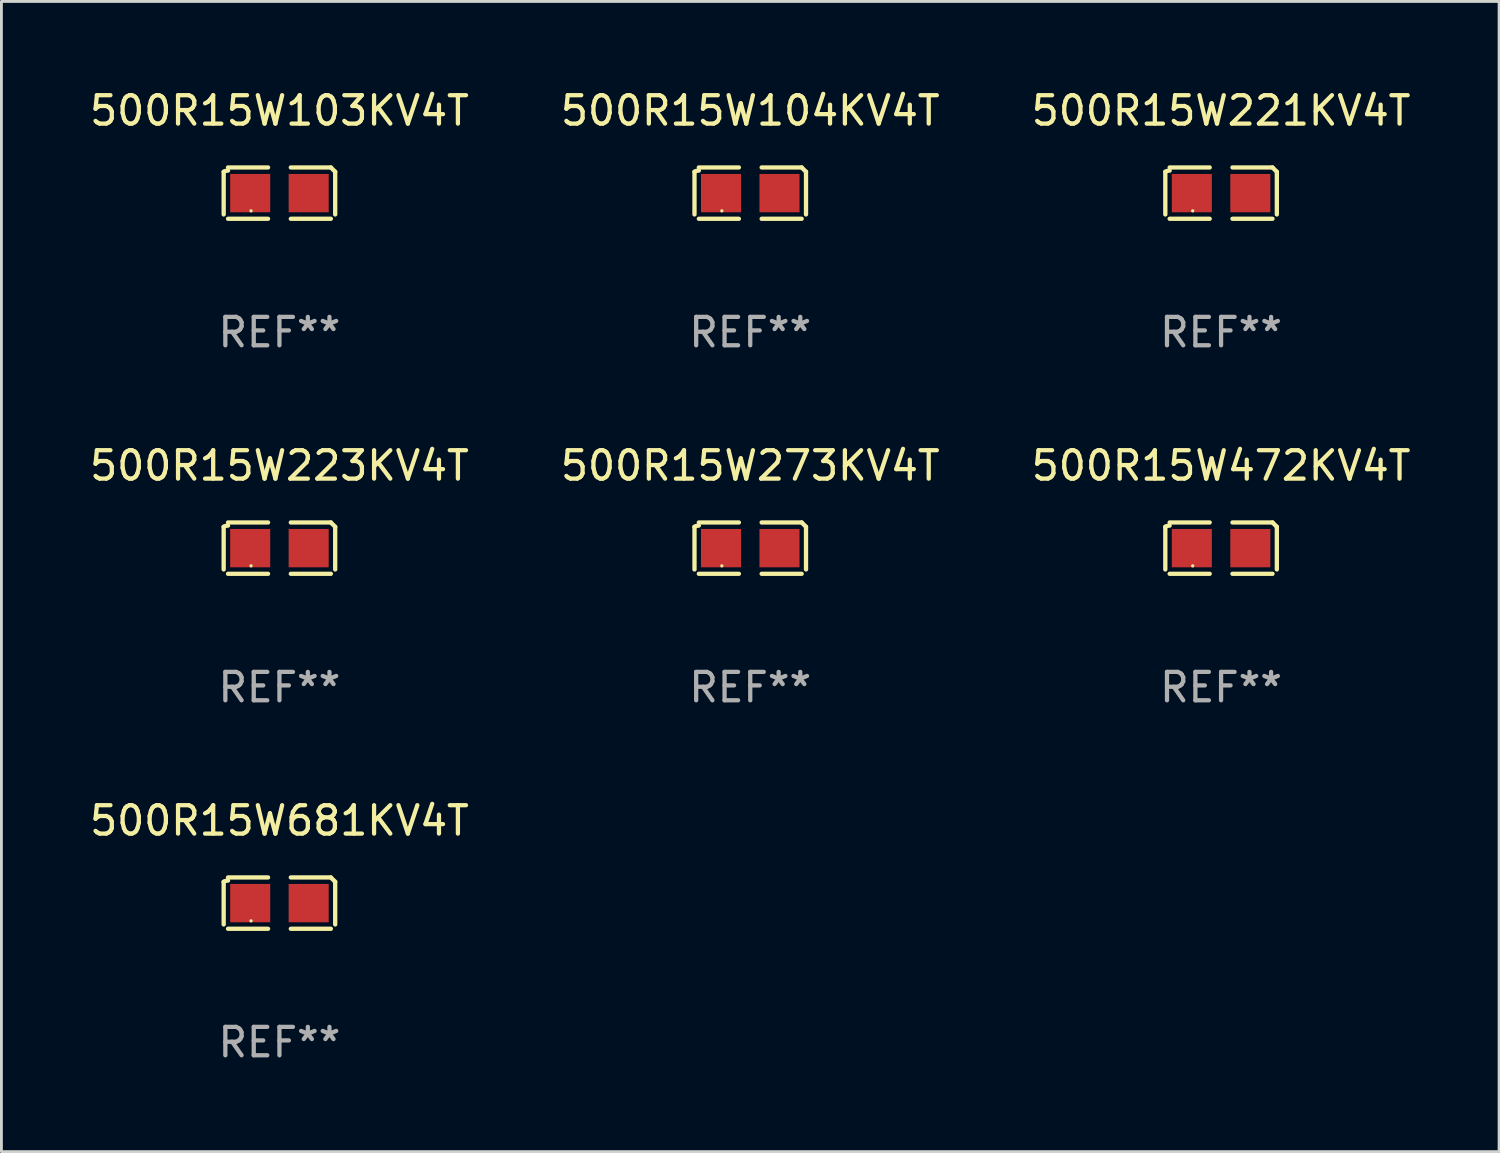
<source format=kicad_pcb>
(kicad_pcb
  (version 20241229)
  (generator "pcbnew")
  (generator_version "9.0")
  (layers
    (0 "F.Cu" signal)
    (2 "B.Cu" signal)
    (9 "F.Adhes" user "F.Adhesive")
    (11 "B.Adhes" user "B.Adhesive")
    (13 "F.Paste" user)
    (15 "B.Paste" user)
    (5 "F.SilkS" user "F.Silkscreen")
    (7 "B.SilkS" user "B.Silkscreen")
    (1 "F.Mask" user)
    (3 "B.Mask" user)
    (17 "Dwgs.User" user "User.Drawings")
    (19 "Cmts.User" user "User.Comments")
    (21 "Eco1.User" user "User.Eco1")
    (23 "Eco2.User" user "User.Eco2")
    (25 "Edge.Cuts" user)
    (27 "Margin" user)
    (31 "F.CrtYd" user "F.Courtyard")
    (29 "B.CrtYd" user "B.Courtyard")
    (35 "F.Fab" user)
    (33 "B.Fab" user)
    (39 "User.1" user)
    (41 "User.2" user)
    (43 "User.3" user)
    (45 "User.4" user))
  (footprint "500R15W221KV4T"
    (layer "F.Cu")
    (at 39.958 3.752)
    (property "Reference" "500R15W221KV4T" (at 0 -2.904 0) (layer "F.SilkS") (effects (font (size 1 1) (thickness 0.15))))
    (attr through_hole)
    (fp_line (start -1.964 0.751) (end -1.964 -0.751) (stroke (width 0.152) (type solid)) (layer "F.SilkS"))
    (fp_line (start -1.811 -0.904) (end -0.401 -0.904) (stroke (width 0.152) (type solid)) (layer "F.SilkS"))
    (fp_line (start -0.401 0.904) (end -1.811 0.904) (stroke (width 0.152) (type solid)) (layer "F.SilkS"))
    (fp_line (start 0.401 0.904) (end 1.811 0.904) (stroke (width 0.152) (type solid)) (layer "F.SilkS"))
    (fp_line (start 1.811 -0.904) (end 0.401 -0.904) (stroke (width 0.152) (type solid)) (layer "F.SilkS"))
    (fp_line (start 1.964 0.751) (end 1.964 -0.751) (stroke (width 0.152) (type solid)) (layer "F.SilkS"))
    (fp_arc (start -1.963602 -0.751207) (mid -1.890354 -0.783131) (end -1.811201 -0.794044) (stroke (width 0.1524) (type solid)) (layer "F.SilkS"))
    (fp_arc (start 1.811202 -0.903607) (mid 1.887413 -0.827418) (end 1.963602 -0.751207) (stroke (width 0.1524) (type solid)) (layer "F.SilkS"))
    (fp_circle (center -1 0.625) (end -0.97 0.625) (stroke (width 0.06) (type solid)) (fill no) (layer "F.SilkS"))
    (fp_text user "REF**" (at 0 4.904 0) (layer "F.Fab") (effects (font (size 1 1) (thickness 0.15))))
    (pad "1" smd rect (at -1.03 0) (size 1.41 1.35) (layers "F.Cu" "F.Mask" "F.Paste"))
    (pad "2" smd rect (at 1.03 0) (size 1.41 1.35) (layers "F.Cu" "F.Mask" "F.Paste")))
  (footprint "500R15W103KV4T"
    (layer "F.Cu")
    (at 6.792 3.752)
    (property "Reference" "500R15W103KV4T" (at 0 -2.904 0) (layer "F.SilkS") (effects (font (size 1 1) (thickness 0.15))))
    (attr through_hole)
    (fp_line (start -1.964 0.751) (end -1.964 -0.751) (stroke (width 0.152) (type solid)) (layer "F.SilkS"))
    (fp_line (start -1.811 -0.904) (end -0.401 -0.904) (stroke (width 0.152) (type solid)) (layer "F.SilkS"))
    (fp_line (start -0.401 0.904) (end -1.811 0.904) (stroke (width 0.152) (type solid)) (layer "F.SilkS"))
    (fp_line (start 0.401 0.904) (end 1.811 0.904) (stroke (width 0.152) (type solid)) (layer "F.SilkS"))
    (fp_line (start 1.811 -0.904) (end 0.401 -0.904) (stroke (width 0.152) (type solid)) (layer "F.SilkS"))
    (fp_line (start 1.964 0.751) (end 1.964 -0.751) (stroke (width 0.152) (type solid)) (layer "F.SilkS"))
    (fp_arc (start -1.963602 -0.751207) (mid -1.890354 -0.783131) (end -1.811201 -0.794044) (stroke (width 0.1524) (type solid)) (layer "F.SilkS"))
    (fp_arc (start 1.811202 -0.903607) (mid 1.887413 -0.827418) (end 1.963602 -0.751207) (stroke (width 0.1524) (type solid)) (layer "F.SilkS"))
    (fp_circle (center -1 0.625) (end -0.97 0.625) (stroke (width 0.06) (type solid)) (fill no) (layer "F.SilkS"))
    (fp_text user "REF**" (at 0 4.904 0) (layer "F.Fab") (effects (font (size 1 1) (thickness 0.15))))
    (pad "1" smd rect (at -1.03 0) (size 1.41 1.35) (layers "F.Cu" "F.Mask" "F.Paste"))
    (pad "2" smd rect (at 1.03 0) (size 1.41 1.35) (layers "F.Cu" "F.Mask" "F.Paste")))
  (footprint "500R15W472KV4T"
    (layer "F.Cu")
    (at 39.958 16.256)
    (property "Reference" "500R15W472KV4T" (at 0 -2.904 0) (layer "F.SilkS") (effects (font (size 1 1) (thickness 0.15))))
    (attr through_hole)
    (fp_line (start -1.964 0.751) (end -1.964 -0.751) (stroke (width 0.152) (type solid)) (layer "F.SilkS"))
    (fp_line (start -1.811 -0.904) (end -0.401 -0.904) (stroke (width 0.152) (type solid)) (layer "F.SilkS"))
    (fp_line (start -0.401 0.904) (end -1.811 0.904) (stroke (width 0.152) (type solid)) (layer "F.SilkS"))
    (fp_line (start 0.401 0.904) (end 1.811 0.904) (stroke (width 0.152) (type solid)) (layer "F.SilkS"))
    (fp_line (start 1.811 -0.904) (end 0.401 -0.904) (stroke (width 0.152) (type solid)) (layer "F.SilkS"))
    (fp_line (start 1.964 0.751) (end 1.964 -0.751) (stroke (width 0.152) (type solid)) (layer "F.SilkS"))
    (fp_arc (start -1.963602 -0.751207) (mid -1.890354 -0.783131) (end -1.811201 -0.794044) (stroke (width 0.1524) (type solid)) (layer "F.SilkS"))
    (fp_arc (start 1.811202 -0.903607) (mid 1.887413 -0.827418) (end 1.963602 -0.751207) (stroke (width 0.1524) (type solid)) (layer "F.SilkS"))
    (fp_circle (center -1 0.625) (end -0.97 0.625) (stroke (width 0.06) (type solid)) (fill no) (layer "F.SilkS"))
    (fp_text user "REF**" (at 0 4.904 0) (layer "F.Fab") (effects (font (size 1 1) (thickness 0.15))))
    (pad "1" smd rect (at -1.03 0) (size 1.41 1.35) (layers "F.Cu" "F.Mask" "F.Paste"))
    (pad "2" smd rect (at 1.03 0) (size 1.41 1.35) (layers "F.Cu" "F.Mask" "F.Paste")))
  (footprint "500R15W104KV4T"
    (layer "F.Cu")
    (at 23.375 3.752)
    (property "Reference" "500R15W104KV4T" (at 0 -2.904 0) (layer "F.SilkS") (effects (font (size 1 1) (thickness 0.15))))
    (attr through_hole)
    (fp_line (start -1.964 0.751) (end -1.964 -0.751) (stroke (width 0.152) (type solid)) (layer "F.SilkS"))
    (fp_line (start -1.811 -0.904) (end -0.401 -0.904) (stroke (width 0.152) (type solid)) (layer "F.SilkS"))
    (fp_line (start -0.401 0.904) (end -1.811 0.904) (stroke (width 0.152) (type solid)) (layer "F.SilkS"))
    (fp_line (start 0.401 0.904) (end 1.811 0.904) (stroke (width 0.152) (type solid)) (layer "F.SilkS"))
    (fp_line (start 1.811 -0.904) (end 0.401 -0.904) (stroke (width 0.152) (type solid)) (layer "F.SilkS"))
    (fp_line (start 1.964 0.751) (end 1.964 -0.751) (stroke (width 0.152) (type solid)) (layer "F.SilkS"))
    (fp_arc (start -1.963602 -0.751207) (mid -1.890354 -0.783131) (end -1.811201 -0.794044) (stroke (width 0.1524) (type solid)) (layer "F.SilkS"))
    (fp_arc (start 1.811202 -0.903607) (mid 1.887413 -0.827418) (end 1.963602 -0.751207) (stroke (width 0.1524) (type solid)) (layer "F.SilkS"))
    (fp_circle (center -1 0.625) (end -0.97 0.625) (stroke (width 0.06) (type solid)) (fill no) (layer "F.SilkS"))
    (fp_text user "REF**" (at 0 4.904 0) (layer "F.Fab") (effects (font (size 1 1) (thickness 0.15))))
    (pad "1" smd rect (at -1.03 0) (size 1.41 1.35) (layers "F.Cu" "F.Mask" "F.Paste"))
    (pad "2" smd rect (at 1.03 0) (size 1.41 1.35) (layers "F.Cu" "F.Mask" "F.Paste")))
  (footprint "500R15W273KV4T"
    (layer "F.Cu")
    (at 23.375 16.256)
    (property "Reference" "500R15W273KV4T" (at 0 -2.904 0) (layer "F.SilkS") (effects (font (size 1 1) (thickness 0.15))))
    (attr through_hole)
    (fp_line (start -1.964 0.751) (end -1.964 -0.751) (stroke (width 0.152) (type solid)) (layer "F.SilkS"))
    (fp_line (start -1.811 -0.904) (end -0.401 -0.904) (stroke (width 0.152) (type solid)) (layer "F.SilkS"))
    (fp_line (start -0.401 0.904) (end -1.811 0.904) (stroke (width 0.152) (type solid)) (layer "F.SilkS"))
    (fp_line (start 0.401 0.904) (end 1.811 0.904) (stroke (width 0.152) (type solid)) (layer "F.SilkS"))
    (fp_line (start 1.811 -0.904) (end 0.401 -0.904) (stroke (width 0.152) (type solid)) (layer "F.SilkS"))
    (fp_line (start 1.964 0.751) (end 1.964 -0.751) (stroke (width 0.152) (type solid)) (layer "F.SilkS"))
    (fp_arc (start -1.963602 -0.751207) (mid -1.890354 -0.783131) (end -1.811201 -0.794044) (stroke (width 0.1524) (type solid)) (layer "F.SilkS"))
    (fp_arc (start 1.811202 -0.903607) (mid 1.887413 -0.827418) (end 1.963602 -0.751207) (stroke (width 0.1524) (type solid)) (layer "F.SilkS"))
    (fp_circle (center -1 0.625) (end -0.97 0.625) (stroke (width 0.06) (type solid)) (fill no) (layer "F.SilkS"))
    (fp_text user "REF**" (at 0 4.904 0) (layer "F.Fab") (effects (font (size 1 1) (thickness 0.15))))
    (pad "1" smd rect (at -1.03 0) (size 1.41 1.35) (layers "F.Cu" "F.Mask" "F.Paste"))
    (pad "2" smd rect (at 1.03 0) (size 1.41 1.35) (layers "F.Cu" "F.Mask" "F.Paste")))
  (footprint "500R15W681KV4T"
    (layer "F.Cu")
    (at 6.792 28.759)
    (property "Reference" "500R15W681KV4T" (at 0 -2.904 0) (layer "F.SilkS") (effects (font (size 1 1) (thickness 0.15))))
    (attr through_hole)
    (fp_line (start -1.964 0.751) (end -1.964 -0.751) (stroke (width 0.152) (type solid)) (layer "F.SilkS"))
    (fp_line (start -1.811 -0.904) (end -0.401 -0.904) (stroke (width 0.152) (type solid)) (layer "F.SilkS"))
    (fp_line (start -0.401 0.904) (end -1.811 0.904) (stroke (width 0.152) (type solid)) (layer "F.SilkS"))
    (fp_line (start 0.401 0.904) (end 1.811 0.904) (stroke (width 0.152) (type solid)) (layer "F.SilkS"))
    (fp_line (start 1.811 -0.904) (end 0.401 -0.904) (stroke (width 0.152) (type solid)) (layer "F.SilkS"))
    (fp_line (start 1.964 0.751) (end 1.964 -0.751) (stroke (width 0.152) (type solid)) (layer "F.SilkS"))
    (fp_arc (start -1.963602 -0.751207) (mid -1.890354 -0.783131) (end -1.811201 -0.794044) (stroke (width 0.1524) (type solid)) (layer "F.SilkS"))
    (fp_arc (start 1.811202 -0.903607) (mid 1.887413 -0.827418) (end 1.963602 -0.751207) (stroke (width 0.1524) (type solid)) (layer "F.SilkS"))
    (fp_circle (center -1 0.625) (end -0.97 0.625) (stroke (width 0.06) (type solid)) (fill no) (layer "F.SilkS"))
    (fp_text user "REF**" (at 0 4.904 0) (layer "F.Fab") (effects (font (size 1 1) (thickness 0.15))))
    (pad "1" smd rect (at -1.03 0) (size 1.41 1.35) (layers "F.Cu" "F.Mask" "F.Paste"))
    (pad "2" smd rect (at 1.03 0) (size 1.41 1.35) (layers "F.Cu" "F.Mask" "F.Paste")))
  (footprint "500R15W223KV4T"
    (layer "F.Cu")
    (at 6.792 16.256)
    (property "Reference" "500R15W223KV4T" (at 0 -2.904 0) (layer "F.SilkS") (effects (font (size 1 1) (thickness 0.15))))
    (attr through_hole)
    (fp_line (start -1.964 0.751) (end -1.964 -0.751) (stroke (width 0.152) (type solid)) (layer "F.SilkS"))
    (fp_line (start -1.811 -0.904) (end -0.401 -0.904) (stroke (width 0.152) (type solid)) (layer "F.SilkS"))
    (fp_line (start -0.401 0.904) (end -1.811 0.904) (stroke (width 0.152) (type solid)) (layer "F.SilkS"))
    (fp_line (start 0.401 0.904) (end 1.811 0.904) (stroke (width 0.152) (type solid)) (layer "F.SilkS"))
    (fp_line (start 1.811 -0.904) (end 0.401 -0.904) (stroke (width 0.152) (type solid)) (layer "F.SilkS"))
    (fp_line (start 1.964 0.751) (end 1.964 -0.751) (stroke (width 0.152) (type solid)) (layer "F.SilkS"))
    (fp_arc (start -1.963602 -0.751207) (mid -1.890354 -0.783131) (end -1.811201 -0.794044) (stroke (width 0.1524) (type solid)) (layer "F.SilkS"))
    (fp_arc (start 1.811202 -0.903607) (mid 1.887413 -0.827418) (end 1.963602 -0.751207) (stroke (width 0.1524) (type solid)) (layer "F.SilkS"))
    (fp_circle (center -1 0.625) (end -0.97 0.625) (stroke (width 0.06) (type solid)) (fill no) (layer "F.SilkS"))
    (fp_text user "REF**" (at 0 4.904 0) (layer "F.Fab") (effects (font (size 1 1) (thickness 0.15))))
    (pad "1" smd rect (at -1.03 0) (size 1.41 1.35) (layers "F.Cu" "F.Mask" "F.Paste"))
    (pad "2" smd rect (at 1.03 0) (size 1.41 1.35) (layers "F.Cu" "F.Mask" "F.Paste")))
  (gr_rect
    (start -3 -3)
    (end 49.75 37.511)
    (stroke (width 0.1) (type default))
    (fill no)
    (layer "Edge.Cuts")))
</source>
